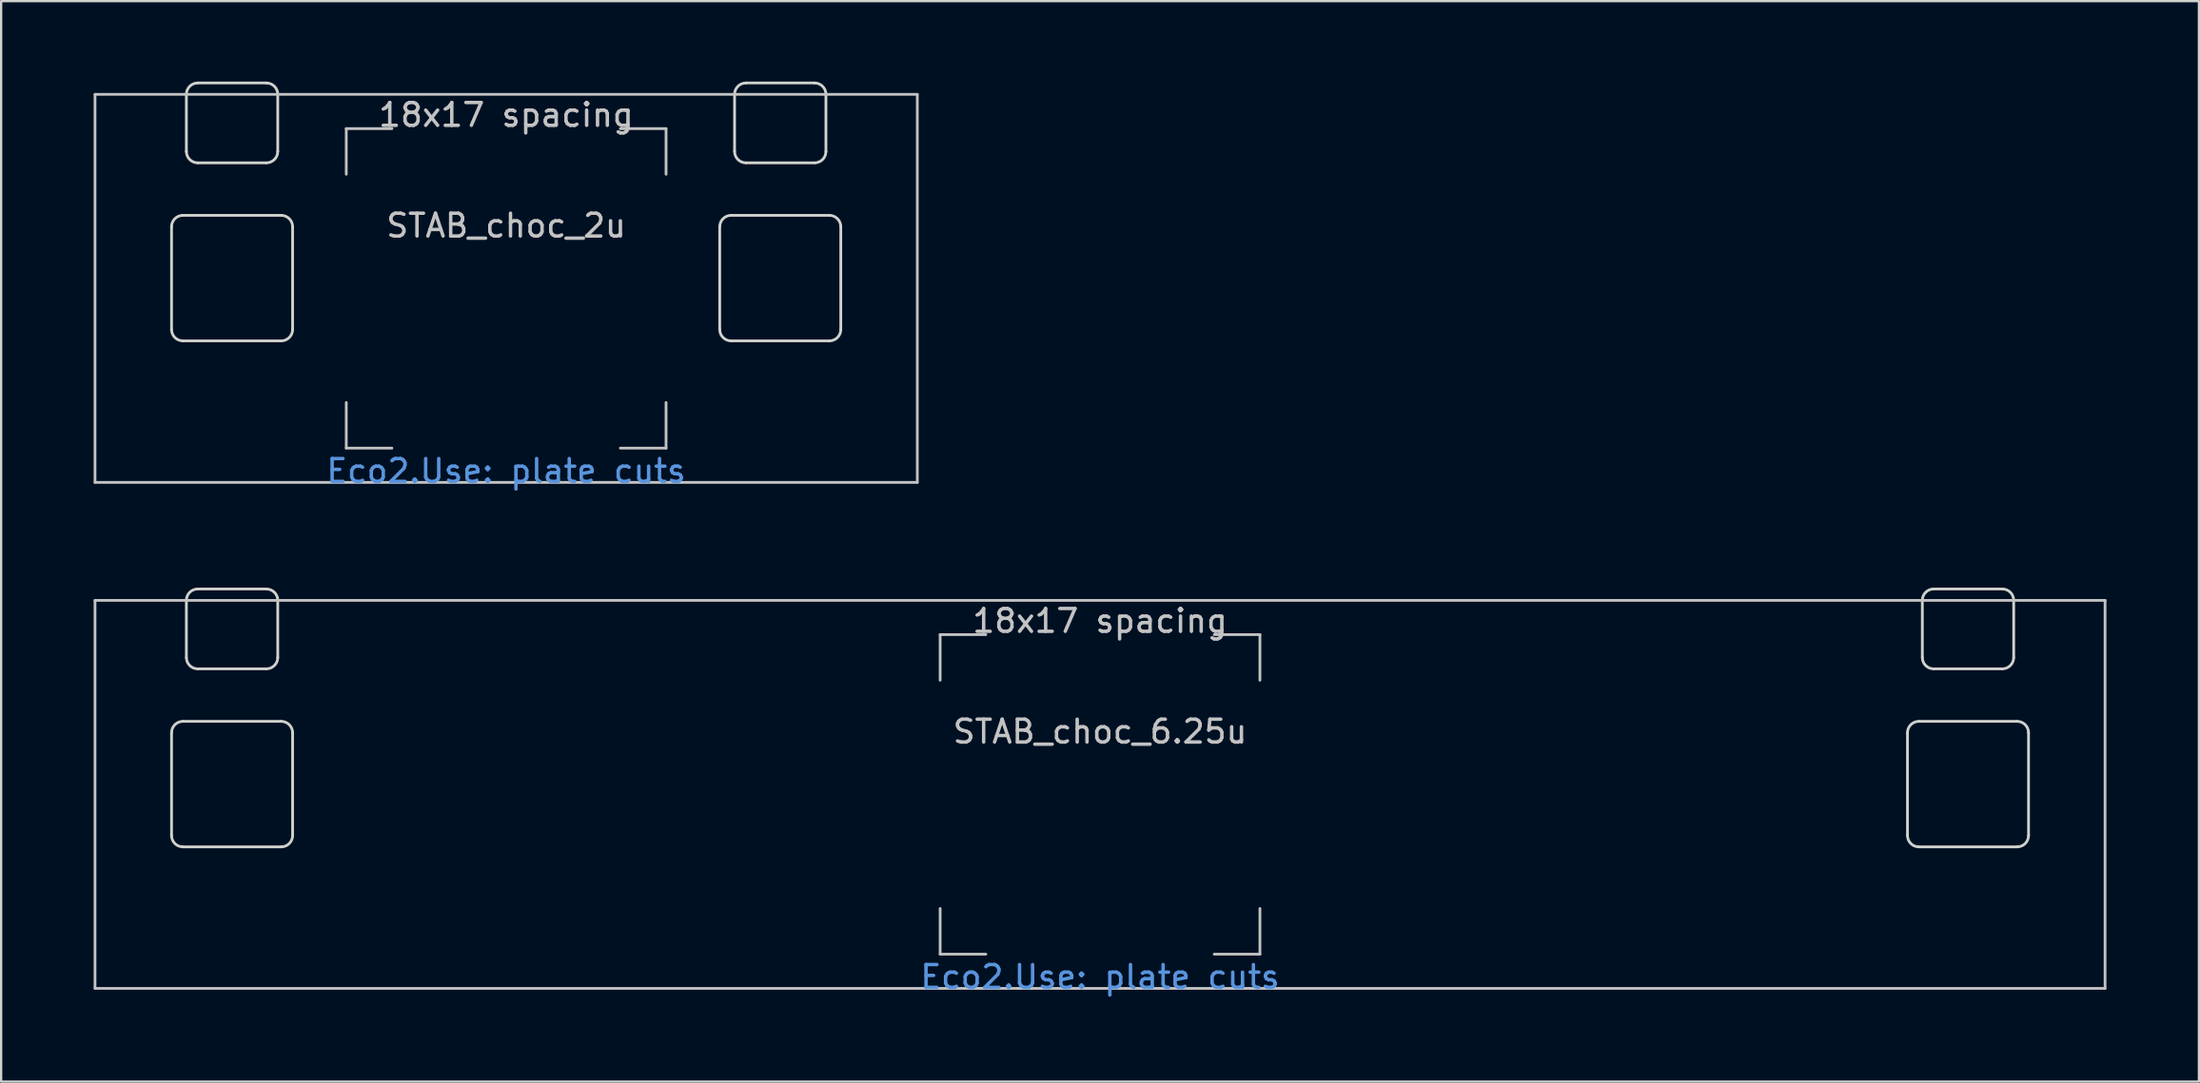
<source format=kicad_pcb>
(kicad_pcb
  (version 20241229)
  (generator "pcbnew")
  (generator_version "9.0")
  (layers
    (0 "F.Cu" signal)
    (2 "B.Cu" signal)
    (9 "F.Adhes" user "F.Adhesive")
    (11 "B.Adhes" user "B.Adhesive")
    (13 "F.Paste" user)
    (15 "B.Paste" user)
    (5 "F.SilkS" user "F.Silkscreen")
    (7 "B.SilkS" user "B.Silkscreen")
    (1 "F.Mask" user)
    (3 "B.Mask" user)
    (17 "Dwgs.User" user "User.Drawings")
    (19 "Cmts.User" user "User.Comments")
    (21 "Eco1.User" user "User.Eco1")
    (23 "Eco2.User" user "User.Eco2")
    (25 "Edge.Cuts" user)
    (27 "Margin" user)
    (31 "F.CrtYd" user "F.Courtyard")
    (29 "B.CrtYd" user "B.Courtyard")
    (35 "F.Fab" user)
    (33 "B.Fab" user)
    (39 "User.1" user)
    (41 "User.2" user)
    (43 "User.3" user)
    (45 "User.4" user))
  (footprint "STAB_choc_2u"
    (layer "F.Cu")
    (at 19.11 9.585)
    (property "Reference" "STAB_choc_2u" (at 0 -2.75 180) (layer "Dwgs.User") (effects (font (size 1 1) (thickness 0.15))))
    (attr exclude_from_pos_files exclude_from_bom)
    (fp_line (start -18 -8.5) (end 18 -8.5) (stroke (width 0.12) (type solid)) (layer "Dwgs.User"))
    (fp_line (start -18 8.5) (end -18 -8.5) (stroke (width 0.12) (type solid)) (layer "Dwgs.User"))
    (fp_line (start -7 -7) (end -7 -5) (stroke (width 0.12) (type solid)) (layer "Dwgs.User"))
    (fp_line (start -7 -7) (end -5 -7) (stroke (width 0.12) (type solid)) (layer "Dwgs.User"))
    (fp_line (start -7 7) (end -7 5) (stroke (width 0.12) (type solid)) (layer "Dwgs.User"))
    (fp_line (start -7 7) (end -5 7) (stroke (width 0.12) (type solid)) (layer "Dwgs.User"))
    (fp_line (start 7 -7) (end 5 -7) (stroke (width 0.12) (type solid)) (layer "Dwgs.User"))
    (fp_line (start 7 -7) (end 7 -5) (stroke (width 0.12) (type solid)) (layer "Dwgs.User"))
    (fp_line (start 7 5) (end 7 7) (stroke (width 0.12) (type solid)) (layer "Dwgs.User"))
    (fp_line (start 7 7) (end 5 7) (stroke (width 0.12) (type solid)) (layer "Dwgs.User"))
    (fp_line (start 18 -8.5) (end 18 8.5) (stroke (width 0.12) (type solid)) (layer "Dwgs.User"))
    (fp_line (start 18 8.5) (end -18 8.5) (stroke (width 0.12) (type solid)) (layer "Dwgs.User"))
    (fp_line (start -19.05 -9.525) (end -19.05 9.525) (stroke (width 0.12) (type solid)) (layer "Eco1.User"))
    (fp_line (start -19.05 9.525) (end 19.05 9.525) (stroke (width 0.12) (type solid)) (layer "Eco1.User"))
    (fp_line (start 19.05 -9.525) (end -19.05 -9.525) (stroke (width 0.12) (type solid)) (layer "Eco1.User"))
    (fp_line (start 19.05 9.525) (end 19.05 -9.525) (stroke (width 0.12) (type solid)) (layer "Eco1.User"))
    (fp_line (start -15.15 2.55) (end -15.15 -3.3) (stroke (width 0.05) (type solid)) (layer "Eco2.User"))
    (fp_line (start -14.65 -3.8) (end -14.3 -3.8) (stroke (width 0.05) (type solid)) (layer "Eco2.User"))
    (fp_line (start -14.65 3.05) (end -9.35 3.05) (stroke (width 0.05) (type solid)) (layer "Eco2.User"))
    (fp_line (start -13.8 -4.3) (end -13.8 -7.95) (stroke (width 0.05) (type solid)) (layer "Eco2.User"))
    (fp_line (start -13.3 -8.45) (end -10.7 -8.45) (stroke (width 0.05) (type solid)) (layer "Eco2.User"))
    (fp_line (start -10.2 -4.3) (end -10.2 -7.95) (stroke (width 0.05) (type solid)) (layer "Eco2.User"))
    (fp_line (start -9.35 -3.8) (end -9.7 -3.8) (stroke (width 0.05) (type solid)) (layer "Eco2.User"))
    (fp_line (start -8.85 2.55) (end -8.85 -3.3) (stroke (width 0.05) (type solid)) (layer "Eco2.User"))
    (fp_line (start 8.85 2.55) (end 8.85 -3.3) (stroke (width 0.05) (type solid)) (layer "Eco2.User"))
    (fp_line (start 9.35 -3.8) (end 9.7 -3.8) (stroke (width 0.05) (type solid)) (layer "Eco2.User"))
    (fp_line (start 10.2 -4.3) (end 10.2 -7.95) (stroke (width 0.05) (type solid)) (layer "Eco2.User"))
    (fp_line (start 13.3 -8.45) (end 10.7 -8.45) (stroke (width 0.05) (type solid)) (layer "Eco2.User"))
    (fp_line (start 13.8 -4.3) (end 13.8 -7.95) (stroke (width 0.05) (type solid)) (layer "Eco2.User"))
    (fp_line (start 14.65 -3.8) (end 14.3 -3.8) (stroke (width 0.05) (type solid)) (layer "Eco2.User"))
    (fp_line (start 14.65 3.05) (end 9.35 3.05) (stroke (width 0.05) (type solid)) (layer "Eco2.User"))
    (fp_line (start 15.15 2.55) (end 15.15 -3.3) (stroke (width 0.05) (type solid)) (layer "Eco2.User"))
    (fp_arc (start -15.15 -3.3) (mid -15.003553 -3.653553) (end -14.65 -3.8) (stroke (width 0.05) (type solid)) (layer "Eco2.User"))
    (fp_arc (start -14.65 3.05) (mid -15.003553 2.903553) (end -15.15 2.55) (stroke (width 0.05) (type solid)) (layer "Eco2.User"))
    (fp_arc (start -13.8 -7.95) (mid -13.653553 -8.303553) (end -13.3 -8.45) (stroke (width 0.05) (type solid)) (layer "Eco2.User"))
    (fp_arc (start -13.8 -4.3) (mid -13.946447 -3.946447) (end -14.3 -3.8) (stroke (width 0.05) (type solid)) (layer "Eco2.User"))
    (fp_arc (start -10.7 -8.45) (mid -10.346447 -8.303553) (end -10.2 -7.95) (stroke (width 0.05) (type solid)) (layer "Eco2.User"))
    (fp_arc (start -9.7 -3.8) (mid -10.053553 -3.946447) (end -10.2 -4.3) (stroke (width 0.05) (type solid)) (layer "Eco2.User"))
    (fp_arc (start -9.35 -3.8) (mid -8.996447 -3.653553) (end -8.85 -3.3) (stroke (width 0.05) (type solid)) (layer "Eco2.User"))
    (fp_arc (start -8.85 2.55) (mid -8.996447 2.903553) (end -9.35 3.05) (stroke (width 0.05) (type solid)) (layer "Eco2.User"))
    (fp_arc (start 8.85 -3.3) (mid 8.996447 -3.653553) (end 9.35 -3.8) (stroke (width 0.05) (type solid)) (layer "Eco2.User"))
    (fp_arc (start 9.35 3.05) (mid 8.996447 2.903553) (end 8.85 2.55) (stroke (width 0.05) (type solid)) (layer "Eco2.User"))
    (fp_arc (start 10.2 -7.95) (mid 10.346447 -8.303553) (end 10.7 -8.45) (stroke (width 0.05) (type solid)) (layer "Eco2.User"))
    (fp_arc (start 10.2 -4.3) (mid 10.053553 -3.946447) (end 9.7 -3.8) (stroke (width 0.05) (type solid)) (layer "Eco2.User"))
    (fp_arc (start 13.3 -8.45) (mid 13.653553 -8.303553) (end 13.8 -7.95) (stroke (width 0.05) (type solid)) (layer "Eco2.User"))
    (fp_arc (start 14.3 -3.8) (mid 13.946447 -3.946447) (end 13.8 -4.3) (stroke (width 0.05) (type solid)) (layer "Eco2.User"))
    (fp_arc (start 14.65 -3.8) (mid 15.003553 -3.653553) (end 15.15 -3.3) (stroke (width 0.05) (type solid)) (layer "Eco2.User"))
    (fp_arc (start 15.15 2.55) (mid 15.003553 2.903553) (end 14.65 3.05) (stroke (width 0.05) (type solid)) (layer "Eco2.User"))
    (fp_line (start -14.65 1.8) (end -14.65 -2.7) (stroke (width 0.12) (type solid)) (layer "Edge.Cuts"))
    (fp_line (start -14.15 -3.2) (end -9.85 -3.2) (stroke (width 0.12) (type solid)) (layer "Edge.Cuts"))
    (fp_line (start -14.15 2.3) (end -9.85 2.3) (stroke (width 0.12) (type solid)) (layer "Edge.Cuts"))
    (fp_line (start -14 -6) (end -14 -8.5) (stroke (width 0.12) (type solid)) (layer "Edge.Cuts"))
    (fp_line (start -13.5 -9) (end -10.5 -9) (stroke (width 0.12) (type solid)) (layer "Edge.Cuts"))
    (fp_line (start -13.5 -5.5) (end -10.5 -5.5) (stroke (width 0.12) (type solid)) (layer "Edge.Cuts"))
    (fp_line (start -10 -6) (end -10 -8.5) (stroke (width 0.12) (type solid)) (layer "Edge.Cuts"))
    (fp_line (start -9.35 1.8) (end -9.35 -2.7) (stroke (width 0.12) (type solid)) (layer "Edge.Cuts"))
    (fp_line (start 9.35 1.8) (end 9.35 -2.7) (stroke (width 0.12) (type solid)) (layer "Edge.Cuts"))
    (fp_line (start 10 -6) (end 10 -8.5) (stroke (width 0.12) (type solid)) (layer "Edge.Cuts"))
    (fp_line (start 13.5 -9) (end 10.5 -9) (stroke (width 0.12) (type solid)) (layer "Edge.Cuts"))
    (fp_line (start 13.5 -5.5) (end 10.5 -5.5) (stroke (width 0.12) (type solid)) (layer "Edge.Cuts"))
    (fp_line (start 14 -6) (end 14 -8.5) (stroke (width 0.12) (type solid)) (layer "Edge.Cuts"))
    (fp_line (start 14.15 -3.2) (end 9.85 -3.2) (stroke (width 0.12) (type solid)) (layer "Edge.Cuts"))
    (fp_line (start 14.15 2.3) (end 9.85 2.3) (stroke (width 0.12) (type solid)) (layer "Edge.Cuts"))
    (fp_line (start 14.65 1.8) (end 14.65 -2.7) (stroke (width 0.12) (type solid)) (layer "Edge.Cuts"))
    (fp_arc (start -14.65 -2.7) (mid -14.503553 -3.053553) (end -14.15 -3.2) (stroke (width 0.12) (type solid)) (layer "Edge.Cuts"))
    (fp_arc (start -14.15 2.3) (mid -14.503553 2.153553) (end -14.65 1.8) (stroke (width 0.12) (type solid)) (layer "Edge.Cuts"))
    (fp_arc (start -14 -8.5) (mid -13.853553 -8.853553) (end -13.5 -9) (stroke (width 0.12) (type solid)) (layer "Edge.Cuts"))
    (fp_arc (start -13.5 -5.5) (mid -13.853553 -5.646447) (end -14 -6) (stroke (width 0.12) (type solid)) (layer "Edge.Cuts"))
    (fp_arc (start -10.5 -9) (mid -10.146447 -8.853553) (end -10 -8.5) (stroke (width 0.12) (type solid)) (layer "Edge.Cuts"))
    (fp_arc (start -10 -6) (mid -10.146447 -5.646447) (end -10.5 -5.5) (stroke (width 0.12) (type solid)) (layer "Edge.Cuts"))
    (fp_arc (start -9.85 -3.2) (mid -9.496447 -3.053553) (end -9.35 -2.7) (stroke (width 0.12) (type solid)) (layer "Edge.Cuts"))
    (fp_arc (start -9.35 1.8) (mid -9.496447 2.153553) (end -9.85 2.3) (stroke (width 0.12) (type solid)) (layer "Edge.Cuts"))
    (fp_arc (start 9.35 -2.7) (mid 9.496447 -3.053553) (end 9.85 -3.2) (stroke (width 0.12) (type solid)) (layer "Edge.Cuts"))
    (fp_arc (start 9.85 2.3) (mid 9.496447 2.153553) (end 9.35 1.8) (stroke (width 0.12) (type solid)) (layer "Edge.Cuts"))
    (fp_arc (start 10 -8.5) (mid 10.146447 -8.853553) (end 10.5 -9) (stroke (width 0.12) (type solid)) (layer "Edge.Cuts"))
    (fp_arc (start 10.5 -5.5) (mid 10.146447 -5.646447) (end 10 -6) (stroke (width 0.12) (type solid)) (layer "Edge.Cuts"))
    (fp_arc (start 13.5 -9) (mid 13.853553 -8.853553) (end 14 -8.5) (stroke (width 0.12) (type solid)) (layer "Edge.Cuts"))
    (fp_arc (start 14 -6) (mid 13.853553 -5.646447) (end 13.5 -5.5) (stroke (width 0.12) (type solid)) (layer "Edge.Cuts"))
    (fp_arc (start 14.15 -3.2) (mid 14.503553 -3.053553) (end 14.65 -2.7) (stroke (width 0.12) (type solid)) (layer "Edge.Cuts"))
    (fp_arc (start 14.65 1.8) (mid 14.503553 2.153553) (end 14.15 2.3) (stroke (width 0.12) (type solid)) (layer "Edge.Cuts"))
    (fp_text user "18x17 spacing" (at 0 -7.6 0) (layer "Dwgs.User") (effects (font (size 1 1) (thickness 0.15))))
    (fp_text user "Eco2.Use: plate cuts" (at 0 8 0) (layer "Cmts.User") (effects (font (size 1 1) (thickness 0.15))))
    (fp_text user "19.05 spacing" (at 0 -8.7 0) (layer "Eco1.User") (effects (font (size 1 1) (thickness 0.15)))))
  (footprint "STAB_choc_6.25u"
    (layer "F.Cu")
    (at 45.11 31.755)
    (property "Reference" "STAB_choc_6.25u" (at 0 -2.75 180) (layer "Dwgs.User") (effects (font (size 1 1) (thickness 0.15))))
    (attr exclude_from_pos_files exclude_from_bom)
    (fp_line (start -44 -8.5) (end 44 -8.5) (stroke (width 0.12) (type solid)) (layer "Dwgs.User"))
    (fp_line (start -44 8.5) (end -44 -8.5) (stroke (width 0.12) (type solid)) (layer "Dwgs.User"))
    (fp_line (start -7 -7) (end -7 -5) (stroke (width 0.12) (type solid)) (layer "Dwgs.User"))
    (fp_line (start -7 -7) (end -5 -7) (stroke (width 0.12) (type solid)) (layer "Dwgs.User"))
    (fp_line (start -7 7) (end -7 5) (stroke (width 0.12) (type solid)) (layer "Dwgs.User"))
    (fp_line (start -7 7) (end -5 7) (stroke (width 0.12) (type solid)) (layer "Dwgs.User"))
    (fp_line (start 7 -7) (end 5 -7) (stroke (width 0.12) (type solid)) (layer "Dwgs.User"))
    (fp_line (start 7 -7) (end 7 -5) (stroke (width 0.12) (type solid)) (layer "Dwgs.User"))
    (fp_line (start 7 5) (end 7 7) (stroke (width 0.12) (type solid)) (layer "Dwgs.User"))
    (fp_line (start 7 7) (end 5 7) (stroke (width 0.12) (type solid)) (layer "Dwgs.User"))
    (fp_line (start 44 -8.5) (end 44 8.5) (stroke (width 0.12) (type solid)) (layer "Dwgs.User"))
    (fp_line (start 44 8.5) (end -44 8.5) (stroke (width 0.12) (type solid)) (layer "Dwgs.User"))
    (fp_line (start -45.05 -9.525) (end -45.05 9.525) (stroke (width 0.12) (type solid)) (layer "Eco1.User"))
    (fp_line (start -45.05 9.525) (end 45.05 9.525) (stroke (width 0.12) (type solid)) (layer "Eco1.User"))
    (fp_line (start 45.05 -9.525) (end -45.05 -9.525) (stroke (width 0.12) (type solid)) (layer "Eco1.User"))
    (fp_line (start 45.05 9.525) (end 45.05 -9.525) (stroke (width 0.12) (type solid)) (layer "Eco1.User"))
    (fp_line (start -41.15 2.55) (end -41.15 -3.3) (stroke (width 0.05) (type solid)) (layer "Eco2.User"))
    (fp_line (start -40.65 -3.8) (end -40.3 -3.8) (stroke (width 0.05) (type solid)) (layer "Eco2.User"))
    (fp_line (start -40.65 3.05) (end -35.35 3.05) (stroke (width 0.05) (type solid)) (layer "Eco2.User"))
    (fp_line (start -39.8 -4.3) (end -39.8 -7.95) (stroke (width 0.05) (type solid)) (layer "Eco2.User"))
    (fp_line (start -39.3 -8.45) (end -36.7 -8.45) (stroke (width 0.05) (type solid)) (layer "Eco2.User"))
    (fp_line (start -36.2 -4.3) (end -36.2 -7.95) (stroke (width 0.05) (type solid)) (layer "Eco2.User"))
    (fp_line (start -35.35 -3.8) (end -35.7 -3.8) (stroke (width 0.05) (type solid)) (layer "Eco2.User"))
    (fp_line (start -34.85 2.55) (end -34.85 -3.3) (stroke (width 0.05) (type solid)) (layer "Eco2.User"))
    (fp_line (start 34.85 2.55) (end 34.85 -3.3) (stroke (width 0.05) (type solid)) (layer "Eco2.User"))
    (fp_line (start 35.35 -3.8) (end 35.7 -3.8) (stroke (width 0.05) (type solid)) (layer "Eco2.User"))
    (fp_line (start 36.2 -4.3) (end 36.2 -7.95) (stroke (width 0.05) (type solid)) (layer "Eco2.User"))
    (fp_line (start 39.3 -8.45) (end 36.7 -8.45) (stroke (width 0.05) (type solid)) (layer "Eco2.User"))
    (fp_line (start 39.8 -4.3) (end 39.8 -7.95) (stroke (width 0.05) (type solid)) (layer "Eco2.User"))
    (fp_line (start 40.65 -3.8) (end 40.3 -3.8) (stroke (width 0.05) (type solid)) (layer "Eco2.User"))
    (fp_line (start 40.65 3.05) (end 35.35 3.05) (stroke (width 0.05) (type solid)) (layer "Eco2.User"))
    (fp_line (start 41.15 2.55) (end 41.15 -3.3) (stroke (width 0.05) (type solid)) (layer "Eco2.User"))
    (fp_arc (start -41.15 -3.3) (mid -41.003553 -3.653553) (end -40.65 -3.8) (stroke (width 0.05) (type solid)) (layer "Eco2.User"))
    (fp_arc (start -40.65 3.05) (mid -41.003553 2.903553) (end -41.15 2.55) (stroke (width 0.05) (type solid)) (layer "Eco2.User"))
    (fp_arc (start -39.8 -7.95) (mid -39.653553 -8.303553) (end -39.3 -8.45) (stroke (width 0.05) (type solid)) (layer "Eco2.User"))
    (fp_arc (start -39.8 -4.3) (mid -39.946447 -3.946447) (end -40.3 -3.8) (stroke (width 0.05) (type solid)) (layer "Eco2.User"))
    (fp_arc (start -36.7 -8.45) (mid -36.346447 -8.303553) (end -36.2 -7.95) (stroke (width 0.05) (type solid)) (layer "Eco2.User"))
    (fp_arc (start -35.7 -3.8) (mid -36.053553 -3.946447) (end -36.2 -4.3) (stroke (width 0.05) (type solid)) (layer "Eco2.User"))
    (fp_arc (start -35.35 -3.8) (mid -34.996447 -3.653553) (end -34.85 -3.3) (stroke (width 0.05) (type solid)) (layer "Eco2.User"))
    (fp_arc (start -34.85 2.55) (mid -34.996447 2.903553) (end -35.35 3.05) (stroke (width 0.05) (type solid)) (layer "Eco2.User"))
    (fp_arc (start 34.85 -3.3) (mid 34.996447 -3.653553) (end 35.35 -3.8) (stroke (width 0.05) (type solid)) (layer "Eco2.User"))
    (fp_arc (start 35.35 3.05) (mid 34.996447 2.903553) (end 34.85 2.55) (stroke (width 0.05) (type solid)) (layer "Eco2.User"))
    (fp_arc (start 36.2 -7.95) (mid 36.346447 -8.303553) (end 36.7 -8.45) (stroke (width 0.05) (type solid)) (layer "Eco2.User"))
    (fp_arc (start 36.2 -4.3) (mid 36.053553 -3.946447) (end 35.7 -3.8) (stroke (width 0.05) (type solid)) (layer "Eco2.User"))
    (fp_arc (start 39.3 -8.45) (mid 39.653553 -8.303553) (end 39.8 -7.95) (stroke (width 0.05) (type solid)) (layer "Eco2.User"))
    (fp_arc (start 40.3 -3.8) (mid 39.946447 -3.946447) (end 39.8 -4.3) (stroke (width 0.05) (type solid)) (layer "Eco2.User"))
    (fp_arc (start 40.65 -3.8) (mid 41.003553 -3.653553) (end 41.15 -3.3) (stroke (width 0.05) (type solid)) (layer "Eco2.User"))
    (fp_arc (start 41.15 2.55) (mid 41.003553 2.903553) (end 40.65 3.05) (stroke (width 0.05) (type solid)) (layer "Eco2.User"))
    (fp_line (start -40.65 1.8) (end -40.65 -2.7) (stroke (width 0.12) (type solid)) (layer "Edge.Cuts"))
    (fp_line (start -40.15 -3.2) (end -35.85 -3.2) (stroke (width 0.12) (type solid)) (layer "Edge.Cuts"))
    (fp_line (start -40.15 2.3) (end -35.85 2.3) (stroke (width 0.12) (type solid)) (layer "Edge.Cuts"))
    (fp_line (start -40 -6) (end -40 -8.5) (stroke (width 0.12) (type solid)) (layer "Edge.Cuts"))
    (fp_line (start -39.5 -9) (end -36.5 -9) (stroke (width 0.12) (type solid)) (layer "Edge.Cuts"))
    (fp_line (start -39.5 -5.5) (end -36.5 -5.5) (stroke (width 0.12) (type solid)) (layer "Edge.Cuts"))
    (fp_line (start -36 -6) (end -36 -8.5) (stroke (width 0.12) (type solid)) (layer "Edge.Cuts"))
    (fp_line (start -35.35 1.8) (end -35.35 -2.7) (stroke (width 0.12) (type solid)) (layer "Edge.Cuts"))
    (fp_line (start 35.35 1.8) (end 35.35 -2.7) (stroke (width 0.12) (type solid)) (layer "Edge.Cuts"))
    (fp_line (start 36 -6) (end 36 -8.5) (stroke (width 0.12) (type solid)) (layer "Edge.Cuts"))
    (fp_line (start 39.5 -9) (end 36.5 -9) (stroke (width 0.12) (type solid)) (layer "Edge.Cuts"))
    (fp_line (start 39.5 -5.5) (end 36.5 -5.5) (stroke (width 0.12) (type solid)) (layer "Edge.Cuts"))
    (fp_line (start 40 -6) (end 40 -8.5) (stroke (width 0.12) (type solid)) (layer "Edge.Cuts"))
    (fp_line (start 40.15 -3.2) (end 35.85 -3.2) (stroke (width 0.12) (type solid)) (layer "Edge.Cuts"))
    (fp_line (start 40.15 2.3) (end 35.85 2.3) (stroke (width 0.12) (type solid)) (layer "Edge.Cuts"))
    (fp_line (start 40.65 1.8) (end 40.65 -2.7) (stroke (width 0.12) (type solid)) (layer "Edge.Cuts"))
    (fp_arc (start -40.65 -2.7) (mid -40.503553 -3.053553) (end -40.15 -3.2) (stroke (width 0.12) (type solid)) (layer "Edge.Cuts"))
    (fp_arc (start -40.15 2.3) (mid -40.503553 2.153553) (end -40.65 1.8) (stroke (width 0.12) (type solid)) (layer "Edge.Cuts"))
    (fp_arc (start -40 -8.5) (mid -39.853553 -8.853553) (end -39.5 -9) (stroke (width 0.12) (type solid)) (layer "Edge.Cuts"))
    (fp_arc (start -39.5 -5.5) (mid -39.853553 -5.646447) (end -40 -6) (stroke (width 0.12) (type solid)) (layer "Edge.Cuts"))
    (fp_arc (start -36.5 -9) (mid -36.146447 -8.853553) (end -36 -8.5) (stroke (width 0.12) (type solid)) (layer "Edge.Cuts"))
    (fp_arc (start -36 -6) (mid -36.146447 -5.646447) (end -36.5 -5.5) (stroke (width 0.12) (type solid)) (layer "Edge.Cuts"))
    (fp_arc (start -35.85 -3.2) (mid -35.496447 -3.053553) (end -35.35 -2.7) (stroke (width 0.12) (type solid)) (layer "Edge.Cuts"))
    (fp_arc (start -35.35 1.8) (mid -35.496447 2.153553) (end -35.85 2.3) (stroke (width 0.12) (type solid)) (layer "Edge.Cuts"))
    (fp_arc (start 35.35 -2.7) (mid 35.496447 -3.053553) (end 35.85 -3.2) (stroke (width 0.12) (type solid)) (layer "Edge.Cuts"))
    (fp_arc (start 35.85 2.3) (mid 35.496447 2.153553) (end 35.35 1.8) (stroke (width 0.12) (type solid)) (layer "Edge.Cuts"))
    (fp_arc (start 36 -8.5) (mid 36.146447 -8.853553) (end 36.5 -9) (stroke (width 0.12) (type solid)) (layer "Edge.Cuts"))
    (fp_arc (start 36.5 -5.5) (mid 36.146447 -5.646447) (end 36 -6) (stroke (width 0.12) (type solid)) (layer "Edge.Cuts"))
    (fp_arc (start 39.5 -9) (mid 39.853553 -8.853553) (end 40 -8.5) (stroke (width 0.12) (type solid)) (layer "Edge.Cuts"))
    (fp_arc (start 40 -6) (mid 39.853553 -5.646447) (end 39.5 -5.5) (stroke (width 0.12) (type solid)) (layer "Edge.Cuts"))
    (fp_arc (start 40.15 -3.2) (mid 40.503553 -3.053553) (end 40.65 -2.7) (stroke (width 0.12) (type solid)) (layer "Edge.Cuts"))
    (fp_arc (start 40.65 1.8) (mid 40.503553 2.153553) (end 40.15 2.3) (stroke (width 0.12) (type solid)) (layer "Edge.Cuts"))
    (fp_text user "18x17 spacing" (at 0 -7.6 0) (layer "Dwgs.User") (effects (font (size 1 1) (thickness 0.15))))
    (fp_text user "Eco2.Use: plate cuts" (at 0 8 0) (layer "Cmts.User") (effects (font (size 1 1) (thickness 0.15))))
    (fp_text user "19.05 spacing" (at 0 -8.7 0) (layer "Eco1.User") (effects (font (size 1 1) (thickness 0.15)))))
  (gr_rect
    (start -3 -3)
    (end 93.22 44.34)
    (stroke (width 0.1) (type default))
    (fill no)
    (layer "Edge.Cuts")))
</source>
